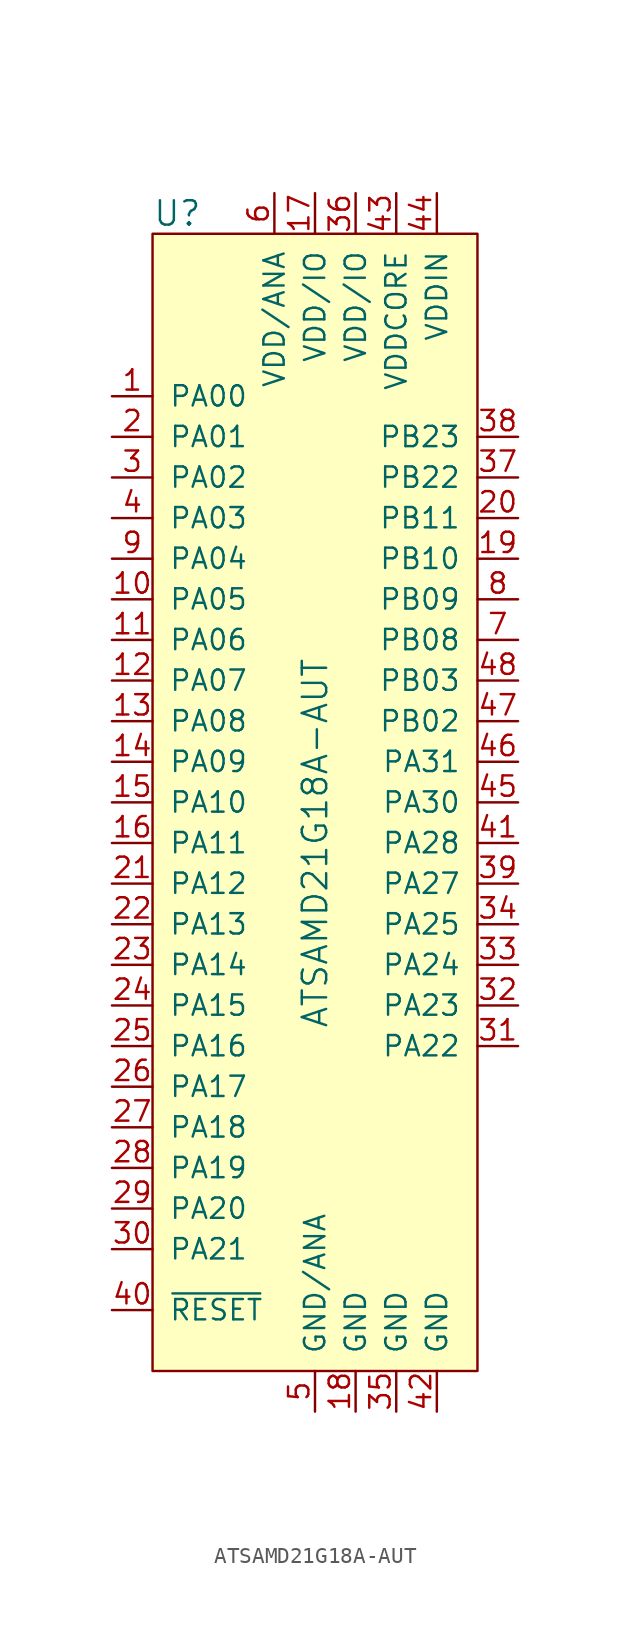
<source format=kicad_sym>
(kicad_symbol_lib
  (version 20211014)
  (generator kicad_symbol_editor)
  (symbol "ATSAMD21G18A-AUT"
    (pin_names
      (offset 1.016))
    (property "Reference" "U"
      (at -10.16 39.37 0)
      (effects (font (size 1.524 1.524)) (justify left)))
    (property "Value" "ATSAMD21G18A-AUT"
      (at 0 0 90)
      (effects (font (size 1.524 1.524))))
    (symbol "ATSAMD21G18A-AUT_0_1"
      (rectangle (start -10.16 38.1) (end 10.16 -33.02) (stroke (width 0) (type default) (color 0 0 0 0)) (fill (type background))))
    (symbol "ATSAMD21G18A-AUT_1_1"
      (pin bidirectional line (at -12.7 27.94 0) (length 2.54) (name "PA00" (effects (font (size 1.27 1.27)))) (number "1" (effects (font (size 1.27 1.27)))))
      (pin bidirectional line (at -12.7 15.24 0) (length 2.54) (name "PA05" (effects (font (size 1.27 1.27)))) (number "10" (effects (font (size 1.27 1.27)))))
      (pin bidirectional line (at -12.7 12.7 0) (length 2.54) (name "PA06" (effects (font (size 1.27 1.27)))) (number "11" (effects (font (size 1.27 1.27)))))
      (pin bidirectional line (at -12.7 10.16 0) (length 2.54) (name "PA07" (effects (font (size 1.27 1.27)))) (number "12" (effects (font (size 1.27 1.27)))))
      (pin bidirectional line (at -12.7 7.62 0) (length 2.54) (name "PA08" (effects (font (size 1.27 1.27)))) (number "13" (effects (font (size 1.27 1.27)))))
      (pin bidirectional line (at -12.7 5.08 0) (length 2.54) (name "PA09" (effects (font (size 1.27 1.27)))) (number "14" (effects (font (size 1.27 1.27)))))
      (pin bidirectional line (at -12.7 2.54 0) (length 2.54) (name "PA10" (effects (font (size 1.27 1.27)))) (number "15" (effects (font (size 1.27 1.27)))))
      (pin bidirectional line (at -12.7 0 0) (length 2.54) (name "PA11" (effects (font (size 1.27 1.27)))) (number "16" (effects (font (size 1.27 1.27)))))
      (pin power_in line (at 0 40.64 270) (length 2.54) (name "VDD/IO" (effects (font (size 1.27 1.27)))) (number "17" (effects (font (size 1.27 1.27)))))
      (pin power_in line (at 2.54 -35.56 90) (length 2.54) (name "GND" (effects (font (size 1.27 1.27)))) (number "18" (effects (font (size 1.27 1.27)))))
      (pin bidirectional line (at 12.7 17.78 180) (length 2.54) (name "PB10" (effects (font (size 1.27 1.27)))) (number "19" (effects (font (size 1.27 1.27)))))
      (pin bidirectional line (at -12.7 25.4 0) (length 2.54) (name "PA01" (effects (font (size 1.27 1.27)))) (number "2" (effects (font (size 1.27 1.27)))))
      (pin bidirectional line (at 12.7 20.32 180) (length 2.54) (name "PB11" (effects (font (size 1.27 1.27)))) (number "20" (effects (font (size 1.27 1.27)))))
      (pin bidirectional line (at -12.7 -2.54 0) (length 2.54) (name "PA12" (effects (font (size 1.27 1.27)))) (number "21" (effects (font (size 1.27 1.27)))))
      (pin bidirectional line (at -12.7 -5.08 0) (length 2.54) (name "PA13" (effects (font (size 1.27 1.27)))) (number "22" (effects (font (size 1.27 1.27)))))
      (pin bidirectional line (at -12.7 -7.62 0) (length 2.54) (name "PA14" (effects (font (size 1.27 1.27)))) (number "23" (effects (font (size 1.27 1.27)))))
      (pin bidirectional line (at -12.7 -10.16 0) (length 2.54) (name "PA15" (effects (font (size 1.27 1.27)))) (number "24" (effects (font (size 1.27 1.27)))))
      (pin bidirectional line (at -12.7 -12.7 0) (length 2.54) (name "PA16" (effects (font (size 1.27 1.27)))) (number "25" (effects (font (size 1.27 1.27)))))
      (pin bidirectional line (at -12.7 -15.24 0) (length 2.54) (name "PA17" (effects (font (size 1.27 1.27)))) (number "26" (effects (font (size 1.27 1.27)))))
      (pin bidirectional line (at -12.7 -17.78 0) (length 2.54) (name "PA18" (effects (font (size 1.27 1.27)))) (number "27" (effects (font (size 1.27 1.27)))))
      (pin bidirectional line (at -12.7 -20.32 0) (length 2.54) (name "PA19" (effects (font (size 1.27 1.27)))) (number "28" (effects (font (size 1.27 1.27)))))
      (pin bidirectional line (at -12.7 -22.86 0) (length 2.54) (name "PA20" (effects (font (size 1.27 1.27)))) (number "29" (effects (font (size 1.27 1.27)))))
      (pin bidirectional line (at -12.7 22.86 0) (length 2.54) (name "PA02" (effects (font (size 1.27 1.27)))) (number "3" (effects (font (size 1.27 1.27)))))
      (pin bidirectional line (at -12.7 -25.4 0) (length 2.54) (name "PA21" (effects (font (size 1.27 1.27)))) (number "30" (effects (font (size 1.27 1.27)))))
      (pin bidirectional line (at 12.7 -12.7 180) (length 2.54) (name "PA22" (effects (font (size 1.27 1.27)))) (number "31" (effects (font (size 1.27 1.27)))))
      (pin bidirectional line (at 12.7 -10.16 180) (length 2.54) (name "PA23" (effects (font (size 1.27 1.27)))) (number "32" (effects (font (size 1.27 1.27)))))
      (pin bidirectional line (at 12.7 -7.62 180) (length 2.54) (name "PA24" (effects (font (size 1.27 1.27)))) (number "33" (effects (font (size 1.27 1.27)))))
      (pin bidirectional line (at 12.7 -5.08 180) (length 2.54) (name "PA25" (effects (font (size 1.27 1.27)))) (number "34" (effects (font (size 1.27 1.27)))))
      (pin power_in line (at 5.08 -35.56 90) (length 2.54) (name "GND" (effects (font (size 1.27 1.27)))) (number "35" (effects (font (size 1.27 1.27)))))
      (pin power_in line (at 2.54 40.64 270) (length 2.54) (name "VDD/IO" (effects (font (size 1.27 1.27)))) (number "36" (effects (font (size 1.27 1.27)))))
      (pin bidirectional line (at 12.7 22.86 180) (length 2.54) (name "PB22" (effects (font (size 1.27 1.27)))) (number "37" (effects (font (size 1.27 1.27)))))
      (pin bidirectional line (at 12.7 25.4 180) (length 2.54) (name "PB23" (effects (font (size 1.27 1.27)))) (number "38" (effects (font (size 1.27 1.27)))))
      (pin bidirectional line (at 12.7 -2.54 180) (length 2.54) (name "PA27" (effects (font (size 1.27 1.27)))) (number "39" (effects (font (size 1.27 1.27)))))
      (pin bidirectional line (at -12.7 20.32 0) (length 2.54) (name "PA03" (effects (font (size 1.27 1.27)))) (number "4" (effects (font (size 1.27 1.27)))))
      (pin input line (at -12.7 -29.21 0) (length 2.54) (name "~{RESET}" (effects (font (size 1.27 1.27)))) (number "40" (effects (font (size 1.27 1.27)))))
      (pin bidirectional line (at 12.7 0 180) (length 2.54) (name "PA28" (effects (font (size 1.27 1.27)))) (number "41" (effects (font (size 1.27 1.27)))))
      (pin power_in line (at 7.62 -35.56 90) (length 2.54) (name "GND" (effects (font (size 1.27 1.27)))) (number "42" (effects (font (size 1.27 1.27)))))
      (pin power_in line (at 5.08 40.64 270) (length 2.54) (name "VDDCORE" (effects (font (size 1.27 1.27)))) (number "43" (effects (font (size 1.27 1.27)))))
      (pin power_in line (at 7.62 40.64 270) (length 2.54) (name "VDDIN" (effects (font (size 1.27 1.27)))) (number "44" (effects (font (size 1.27 1.27)))))
      (pin bidirectional line (at 12.7 2.54 180) (length 2.54) (name "PA30" (effects (font (size 1.27 1.27)))) (number "45" (effects (font (size 1.27 1.27)))))
      (pin bidirectional line (at 12.7 5.08 180) (length 2.54) (name "PA31" (effects (font (size 1.27 1.27)))) (number "46" (effects (font (size 1.27 1.27)))))
      (pin bidirectional line (at 12.7 7.62 180) (length 2.54) (name "PB02" (effects (font (size 1.27 1.27)))) (number "47" (effects (font (size 1.27 1.27)))))
      (pin bidirectional line (at 12.7 10.16 180) (length 2.54) (name "PB03" (effects (font (size 1.27 1.27)))) (number "48" (effects (font (size 1.27 1.27)))))
      (pin power_in line (at 0 -35.56 90) (length 2.54) (name "GND/ANA" (effects (font (size 1.27 1.27)))) (number "5" (effects (font (size 1.27 1.27)))))
      (pin power_in line (at -2.54 40.64 270) (length 2.54) (name "VDD/ANA" (effects (font (size 1.27 1.27)))) (number "6" (effects (font (size 1.27 1.27)))))
      (pin bidirectional line (at 12.7 12.7 180) (length 2.54) (name "PB08" (effects (font (size 1.27 1.27)))) (number "7" (effects (font (size 1.27 1.27)))))
      (pin bidirectional line (at 12.7 15.24 180) (length 2.54) (name "PB09" (effects (font (size 1.27 1.27)))) (number "8" (effects (font (size 1.27 1.27)))))
      (pin bidirectional line (at -12.7 17.78 0) (length 2.54) (name "PA04" (effects (font (size 1.27 1.27)))) (number "9" (effects (font (size 1.27 1.27))))))))
</source>
